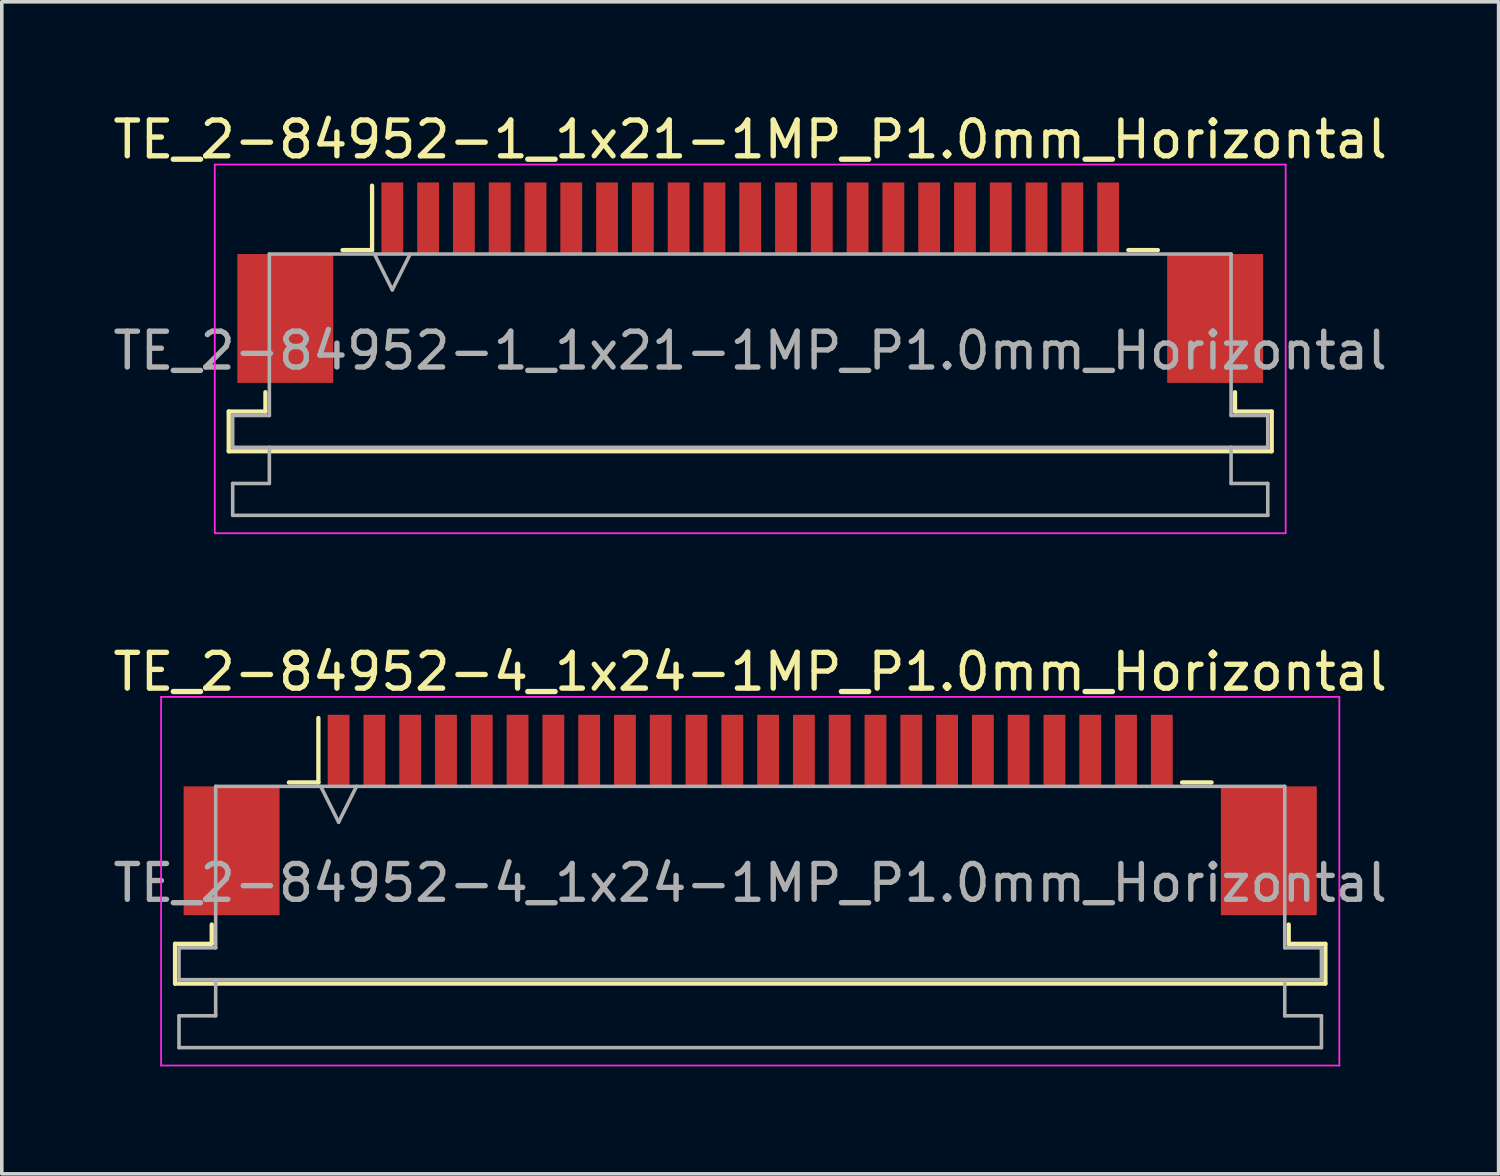
<source format=kicad_pcb>
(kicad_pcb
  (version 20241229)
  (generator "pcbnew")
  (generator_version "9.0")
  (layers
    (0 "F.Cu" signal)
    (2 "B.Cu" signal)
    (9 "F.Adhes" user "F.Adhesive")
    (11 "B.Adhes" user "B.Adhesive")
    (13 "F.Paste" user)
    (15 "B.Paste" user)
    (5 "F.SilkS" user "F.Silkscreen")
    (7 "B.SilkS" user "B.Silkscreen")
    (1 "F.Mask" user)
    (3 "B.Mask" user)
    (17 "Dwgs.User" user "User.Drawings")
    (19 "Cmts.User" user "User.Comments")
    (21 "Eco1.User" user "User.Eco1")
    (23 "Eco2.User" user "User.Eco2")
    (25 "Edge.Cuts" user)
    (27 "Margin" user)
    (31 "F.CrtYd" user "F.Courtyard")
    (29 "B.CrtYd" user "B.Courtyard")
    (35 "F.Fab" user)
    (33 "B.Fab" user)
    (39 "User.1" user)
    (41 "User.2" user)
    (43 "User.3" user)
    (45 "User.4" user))
  (footprint "TE_2-84952-4_1x24-1MP_P1.0mm_Horizontal"
    (layer "F.Cu")
    (at 17.911 19.721)
    (property "Reference" "TE_2-84952-4_1x24-1MP_P1.0mm_Horizontal" (at 0 -4 0) (layer "F.SilkS") (effects (font (size 1 1) (thickness 0.15))))
    (attr smd)
    (fp_line (start -16.07 3.6) (end -15.045 3.6) (stroke (width 0.12) (type solid)) (layer "F.SilkS"))
    (fp_line (start -16.07 4.71) (end -16.07 3.6) (stroke (width 0.12) (type solid)) (layer "F.SilkS"))
    (fp_line (start -15.045 3.6) (end -15.045 3.06) (stroke (width 0.12) (type solid)) (layer "F.SilkS"))
    (fp_line (start -12.89 -0.91) (end -12.065 -0.91) (stroke (width 0.12) (type solid)) (layer "F.SilkS"))
    (fp_line (start -12.065 -0.91) (end -12.065 -2.71) (stroke (width 0.12) (type solid)) (layer "F.SilkS"))
    (fp_line (start 12.065 -0.91) (end 12.89 -0.91) (stroke (width 0.12) (type solid)) (layer "F.SilkS"))
    (fp_line (start 15.045 3.06) (end 15.045 3.6) (stroke (width 0.12) (type solid)) (layer "F.SilkS"))
    (fp_line (start 15.045 3.6) (end 16.07 3.6) (stroke (width 0.12) (type solid)) (layer "F.SilkS"))
    (fp_line (start 16.07 3.6) (end 16.07 4.71) (stroke (width 0.12) (type solid)) (layer "F.SilkS"))
    (fp_line (start 16.07 4.71) (end -16.07 4.71) (stroke (width 0.12) (type solid)) (layer "F.SilkS"))
    (fp_line (start -16.46 -3.3) (end -16.46 7) (stroke (width 0.05) (type solid)) (layer "F.CrtYd"))
    (fp_line (start -16.46 7) (end 16.46 7) (stroke (width 0.05) (type solid)) (layer "F.CrtYd"))
    (fp_line (start 16.46 -3.3) (end -16.46 -3.3) (stroke (width 0.05) (type solid)) (layer "F.CrtYd"))
    (fp_line (start 16.46 7) (end 16.46 -3.3) (stroke (width 0.05) (type solid)) (layer "F.CrtYd"))
    (fp_line (start -15.96 3.71) (end -14.935 3.71) (stroke (width 0.1) (type solid)) (layer "F.Fab"))
    (fp_line (start -15.96 4.6) (end -15.96 3.71) (stroke (width 0.1) (type solid)) (layer "F.Fab"))
    (fp_line (start -15.96 5.61) (end -14.935 5.61) (stroke (width 0.1) (type solid)) (layer "F.Fab"))
    (fp_line (start -15.96 6.5) (end -15.96 5.61) (stroke (width 0.1) (type solid)) (layer "F.Fab"))
    (fp_line (start -14.935 -0.8) (end 14.935 -0.8) (stroke (width 0.1) (type solid)) (layer "F.Fab"))
    (fp_line (start -14.935 3.71) (end -14.935 -0.8) (stroke (width 0.1) (type solid)) (layer "F.Fab"))
    (fp_line (start -14.935 5.61) (end -14.935 4.6) (stroke (width 0.1) (type solid)) (layer "F.Fab"))
    (fp_line (start -12 -0.8) (end -11.5 0.2) (stroke (width 0.1) (type solid)) (layer "F.Fab"))
    (fp_line (start -11.5 0.2) (end -11 -0.8) (stroke (width 0.1) (type solid)) (layer "F.Fab"))
    (fp_line (start 14.935 -0.8) (end 14.935 3.71) (stroke (width 0.1) (type solid)) (layer "F.Fab"))
    (fp_line (start 14.935 3.71) (end 15.96 3.71) (stroke (width 0.1) (type solid)) (layer "F.Fab"))
    (fp_line (start 14.935 4.6) (end 14.935 5.61) (stroke (width 0.1) (type solid)) (layer "F.Fab"))
    (fp_line (start 14.935 5.61) (end 15.96 5.61) (stroke (width 0.1) (type solid)) (layer "F.Fab"))
    (fp_line (start 15.96 3.71) (end 15.96 4.6) (stroke (width 0.1) (type solid)) (layer "F.Fab"))
    (fp_line (start 15.96 4.6) (end -15.96 4.6) (stroke (width 0.1) (type solid)) (layer "F.Fab"))
    (fp_line (start 15.96 5.61) (end 15.96 6.5) (stroke (width 0.1) (type solid)) (layer "F.Fab"))
    (fp_line (start 15.96 6.5) (end -15.96 6.5) (stroke (width 0.1) (type solid)) (layer "F.Fab"))
    (fp_text user "${REFERENCE}" (at 0 1.9 0) (layer "F.Fab") (effects (font (size 1 1) (thickness 0.15))))
    (pad "1" smd rect (at -11.5 -1.8) (size 0.61 2) (layers "F.Cu" "F.Mask" "F.Paste"))
    (pad "2" smd rect (at -10.5 -1.8) (size 0.61 2) (layers "F.Cu" "F.Mask" "F.Paste"))
    (pad "3" smd rect (at -9.5 -1.8) (size 0.61 2) (layers "F.Cu" "F.Mask" "F.Paste"))
    (pad "4" smd rect (at -8.5 -1.8) (size 0.61 2) (layers "F.Cu" "F.Mask" "F.Paste"))
    (pad "5" smd rect (at -7.5 -1.8) (size 0.61 2) (layers "F.Cu" "F.Mask" "F.Paste"))
    (pad "6" smd rect (at -6.5 -1.8) (size 0.61 2) (layers "F.Cu" "F.Mask" "F.Paste"))
    (pad "7" smd rect (at -5.5 -1.8) (size 0.61 2) (layers "F.Cu" "F.Mask" "F.Paste"))
    (pad "8" smd rect (at -4.5 -1.8) (size 0.61 2) (layers "F.Cu" "F.Mask" "F.Paste"))
    (pad "9" smd rect (at -3.5 -1.8) (size 0.61 2) (layers "F.Cu" "F.Mask" "F.Paste"))
    (pad "10" smd rect (at -2.5 -1.8) (size 0.61 2) (layers "F.Cu" "F.Mask" "F.Paste"))
    (pad "11" smd rect (at -1.5 -1.8) (size 0.61 2) (layers "F.Cu" "F.Mask" "F.Paste"))
    (pad "12" smd rect (at -0.5 -1.8) (size 0.61 2) (layers "F.Cu" "F.Mask" "F.Paste"))
    (pad "13" smd rect (at 0.5 -1.8) (size 0.61 2) (layers "F.Cu" "F.Mask" "F.Paste"))
    (pad "14" smd rect (at 1.5 -1.8) (size 0.61 2) (layers "F.Cu" "F.Mask" "F.Paste"))
    (pad "15" smd rect (at 2.5 -1.8) (size 0.61 2) (layers "F.Cu" "F.Mask" "F.Paste"))
    (pad "16" smd rect (at 3.5 -1.8) (size 0.61 2) (layers "F.Cu" "F.Mask" "F.Paste"))
    (pad "17" smd rect (at 4.5 -1.8) (size 0.61 2) (layers "F.Cu" "F.Mask" "F.Paste"))
    (pad "18" smd rect (at 5.5 -1.8) (size 0.61 2) (layers "F.Cu" "F.Mask" "F.Paste"))
    (pad "19" smd rect (at 6.5 -1.8) (size 0.61 2) (layers "F.Cu" "F.Mask" "F.Paste"))
    (pad "20" smd rect (at 7.5 -1.8) (size 0.61 2) (layers "F.Cu" "F.Mask" "F.Paste"))
    (pad "21" smd rect (at 8.5 -1.8) (size 0.61 2) (layers "F.Cu" "F.Mask" "F.Paste"))
    (pad "22" smd rect (at 9.5 -1.8) (size 0.61 2) (layers "F.Cu" "F.Mask" "F.Paste"))
    (pad "23" smd rect (at 10.5 -1.8) (size 0.61 2) (layers "F.Cu" "F.Mask" "F.Paste"))
    (pad "24" smd rect (at 11.5 -1.8) (size 0.61 2) (layers "F.Cu" "F.Mask" "F.Paste"))
    (pad "MP" smd rect (at -14.49 1) (size 2.68 3.6) (layers "F.Cu" "F.Mask" "F.Paste"))
    (pad "MP" smd rect (at 14.49 1) (size 2.68 3.6) (layers "F.Cu" "F.Mask" "F.Paste")))
  (footprint "TE_2-84952-1_1x21-1MP_P1.0mm_Horizontal"
    (layer "F.Cu")
    (at 17.911 4.848)
    (property "Reference" "TE_2-84952-1_1x21-1MP_P1.0mm_Horizontal" (at 0 -4 0) (layer "F.SilkS") (effects (font (size 1 1) (thickness 0.15))))
    (attr smd)
    (fp_line (start -14.57 3.6) (end -13.545 3.6) (stroke (width 0.12) (type solid)) (layer "F.SilkS"))
    (fp_line (start -14.57 4.71) (end -14.57 3.6) (stroke (width 0.12) (type solid)) (layer "F.SilkS"))
    (fp_line (start -13.545 3.6) (end -13.545 3.06) (stroke (width 0.12) (type solid)) (layer "F.SilkS"))
    (fp_line (start -11.39 -0.91) (end -10.565 -0.91) (stroke (width 0.12) (type solid)) (layer "F.SilkS"))
    (fp_line (start -10.565 -0.91) (end -10.565 -2.71) (stroke (width 0.12) (type solid)) (layer "F.SilkS"))
    (fp_line (start 10.565 -0.91) (end 11.39 -0.91) (stroke (width 0.12) (type solid)) (layer "F.SilkS"))
    (fp_line (start 13.545 3.06) (end 13.545 3.6) (stroke (width 0.12) (type solid)) (layer "F.SilkS"))
    (fp_line (start 13.545 3.6) (end 14.57 3.6) (stroke (width 0.12) (type solid)) (layer "F.SilkS"))
    (fp_line (start 14.57 3.6) (end 14.57 4.71) (stroke (width 0.12) (type solid)) (layer "F.SilkS"))
    (fp_line (start 14.57 4.71) (end -14.57 4.71) (stroke (width 0.12) (type solid)) (layer "F.SilkS"))
    (fp_line (start -14.96 -3.3) (end -14.96 7) (stroke (width 0.05) (type solid)) (layer "F.CrtYd"))
    (fp_line (start -14.96 7) (end 14.96 7) (stroke (width 0.05) (type solid)) (layer "F.CrtYd"))
    (fp_line (start 14.96 -3.3) (end -14.96 -3.3) (stroke (width 0.05) (type solid)) (layer "F.CrtYd"))
    (fp_line (start 14.96 7) (end 14.96 -3.3) (stroke (width 0.05) (type solid)) (layer "F.CrtYd"))
    (fp_line (start -14.46 3.71) (end -13.435 3.71) (stroke (width 0.1) (type solid)) (layer "F.Fab"))
    (fp_line (start -14.46 4.6) (end -14.46 3.71) (stroke (width 0.1) (type solid)) (layer "F.Fab"))
    (fp_line (start -14.46 5.61) (end -13.435 5.61) (stroke (width 0.1) (type solid)) (layer "F.Fab"))
    (fp_line (start -14.46 6.5) (end -14.46 5.61) (stroke (width 0.1) (type solid)) (layer "F.Fab"))
    (fp_line (start -13.435 -0.8) (end 13.435 -0.8) (stroke (width 0.1) (type solid)) (layer "F.Fab"))
    (fp_line (start -13.435 3.71) (end -13.435 -0.8) (stroke (width 0.1) (type solid)) (layer "F.Fab"))
    (fp_line (start -13.435 5.61) (end -13.435 4.6) (stroke (width 0.1) (type solid)) (layer "F.Fab"))
    (fp_line (start -10.5 -0.8) (end -10 0.2) (stroke (width 0.1) (type solid)) (layer "F.Fab"))
    (fp_line (start -10 0.2) (end -9.5 -0.8) (stroke (width 0.1) (type solid)) (layer "F.Fab"))
    (fp_line (start 13.435 -0.8) (end 13.435 3.71) (stroke (width 0.1) (type solid)) (layer "F.Fab"))
    (fp_line (start 13.435 3.71) (end 14.46 3.71) (stroke (width 0.1) (type solid)) (layer "F.Fab"))
    (fp_line (start 13.435 4.6) (end 13.435 5.61) (stroke (width 0.1) (type solid)) (layer "F.Fab"))
    (fp_line (start 13.435 5.61) (end 14.46 5.61) (stroke (width 0.1) (type solid)) (layer "F.Fab"))
    (fp_line (start 14.46 3.71) (end 14.46 4.6) (stroke (width 0.1) (type solid)) (layer "F.Fab"))
    (fp_line (start 14.46 4.6) (end -14.46 4.6) (stroke (width 0.1) (type solid)) (layer "F.Fab"))
    (fp_line (start 14.46 5.61) (end 14.46 6.5) (stroke (width 0.1) (type solid)) (layer "F.Fab"))
    (fp_line (start 14.46 6.5) (end -14.46 6.5) (stroke (width 0.1) (type solid)) (layer "F.Fab"))
    (fp_text user "${REFERENCE}" (at 0 1.9 0) (layer "F.Fab") (effects (font (size 1 1) (thickness 0.15))))
    (pad "1" smd rect (at -10 -1.8) (size 0.61 2) (layers "F.Cu" "F.Mask" "F.Paste"))
    (pad "2" smd rect (at -9 -1.8) (size 0.61 2) (layers "F.Cu" "F.Mask" "F.Paste"))
    (pad "3" smd rect (at -8 -1.8) (size 0.61 2) (layers "F.Cu" "F.Mask" "F.Paste"))
    (pad "4" smd rect (at -7 -1.8) (size 0.61 2) (layers "F.Cu" "F.Mask" "F.Paste"))
    (pad "5" smd rect (at -6 -1.8) (size 0.61 2) (layers "F.Cu" "F.Mask" "F.Paste"))
    (pad "6" smd rect (at -5 -1.8) (size 0.61 2) (layers "F.Cu" "F.Mask" "F.Paste"))
    (pad "7" smd rect (at -4 -1.8) (size 0.61 2) (layers "F.Cu" "F.Mask" "F.Paste"))
    (pad "8" smd rect (at -3 -1.8) (size 0.61 2) (layers "F.Cu" "F.Mask" "F.Paste"))
    (pad "9" smd rect (at -2 -1.8) (size 0.61 2) (layers "F.Cu" "F.Mask" "F.Paste"))
    (pad "10" smd rect (at -1 -1.8) (size 0.61 2) (layers "F.Cu" "F.Mask" "F.Paste"))
    (pad "11" smd rect (at 0 -1.8) (size 0.61 2) (layers "F.Cu" "F.Mask" "F.Paste"))
    (pad "12" smd rect (at 1 -1.8) (size 0.61 2) (layers "F.Cu" "F.Mask" "F.Paste"))
    (pad "13" smd rect (at 2 -1.8) (size 0.61 2) (layers "F.Cu" "F.Mask" "F.Paste"))
    (pad "14" smd rect (at 3 -1.8) (size 0.61 2) (layers "F.Cu" "F.Mask" "F.Paste"))
    (pad "15" smd rect (at 4 -1.8) (size 0.61 2) (layers "F.Cu" "F.Mask" "F.Paste"))
    (pad "16" smd rect (at 5 -1.8) (size 0.61 2) (layers "F.Cu" "F.Mask" "F.Paste"))
    (pad "17" smd rect (at 6 -1.8) (size 0.61 2) (layers "F.Cu" "F.Mask" "F.Paste"))
    (pad "18" smd rect (at 7 -1.8) (size 0.61 2) (layers "F.Cu" "F.Mask" "F.Paste"))
    (pad "19" smd rect (at 8 -1.8) (size 0.61 2) (layers "F.Cu" "F.Mask" "F.Paste"))
    (pad "20" smd rect (at 9 -1.8) (size 0.61 2) (layers "F.Cu" "F.Mask" "F.Paste"))
    (pad "21" smd rect (at 10 -1.8) (size 0.61 2) (layers "F.Cu" "F.Mask" "F.Paste"))
    (pad "MP" smd rect (at -12.99 1) (size 2.68 3.6) (layers "F.Cu" "F.Mask" "F.Paste"))
    (pad "MP" smd rect (at 12.99 1) (size 2.68 3.6) (layers "F.Cu" "F.Mask" "F.Paste")))
  (gr_rect
    (start -3 -3)
    (end 38.821 29.747)
    (stroke (width 0.1) (type default))
    (fill no)
    (layer "Edge.Cuts")))
</source>
